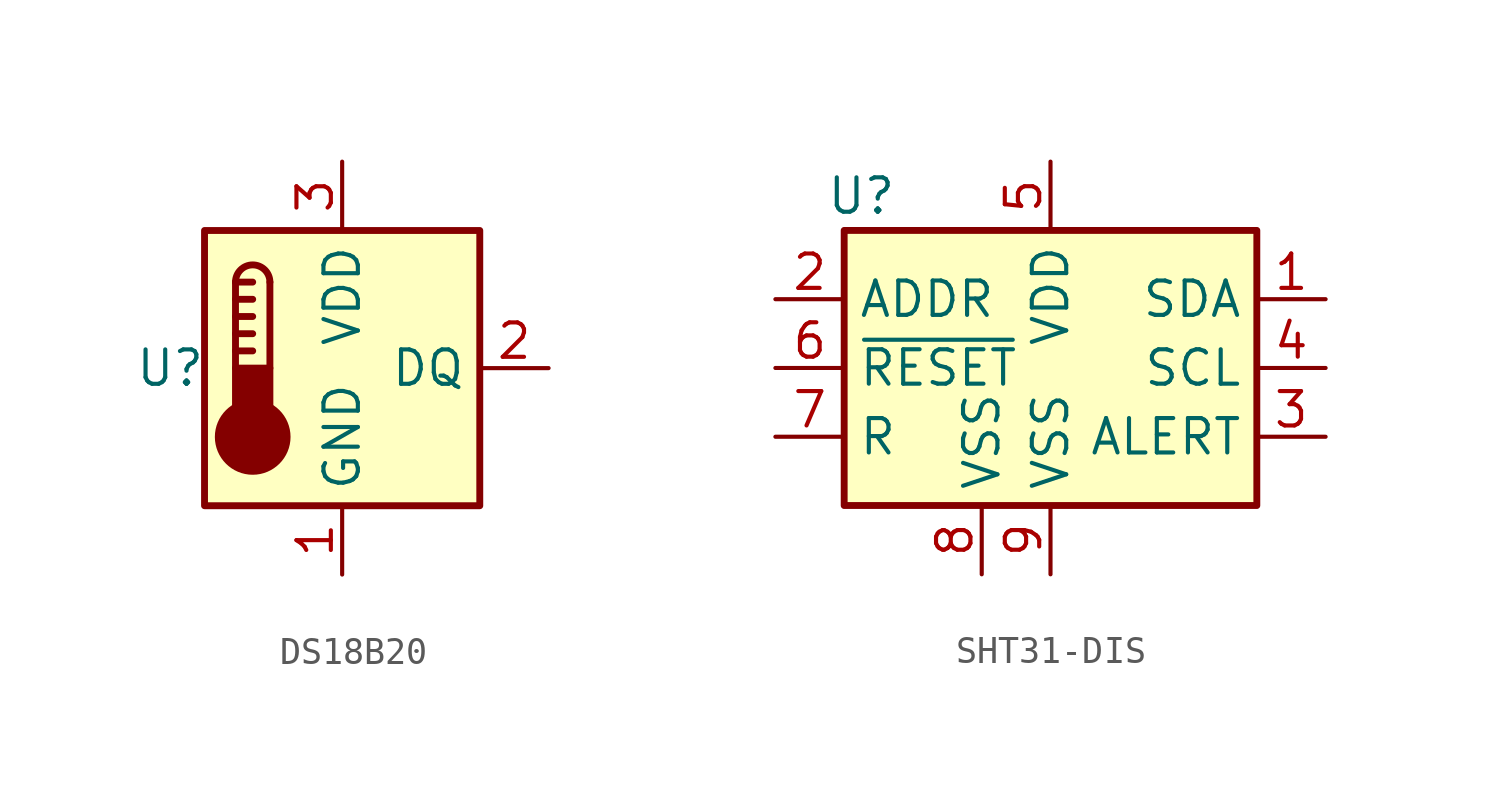
<source format=kicad_sym>
(kicad_symbol_lib
  (version 20220914)
  (generator kicad_symbol_editor)
  (symbol "DS18B20"
    (property "Reference" "U"
      (at -6.35 0 0)
      (effects (font (size 1.27 1.27))))
    (property "Value" ""
      (at 0 0 0)
      (effects (font (size 1.27 1.27))))
    (symbol "DS18B20_0_1"
      (rectangle (start -5.08 5.08) (end 5.08 -5.08) (stroke (width 0.254) (type default)) (fill (type background)))
      (circle (center -3.302 -2.54) (radius 1.27) (stroke (width 0.254) (type default)) (fill (type outline)))
      (rectangle (start -2.667 -1.905) (end -3.937 0) (stroke (width 0.254) (type default)) (fill (type outline)))
      (arc (start -2.667 3.175) (mid -3.302 3.8073) (end -3.937 3.175) (stroke (width 0.254) (type default)) (fill (type none)))
      (polyline (pts (xy -3.937 0.635) (xy -3.302 0.635)) (stroke (width 0.254) (type default)) (fill (type none)))
      (polyline (pts (xy -3.937 1.27) (xy -3.302 1.27)) (stroke (width 0.254) (type default)) (fill (type none)))
      (polyline (pts (xy -3.937 1.905) (xy -3.302 1.905)) (stroke (width 0.254) (type default)) (fill (type none)))
      (polyline (pts (xy -3.937 2.54) (xy -3.302 2.54)) (stroke (width 0.254) (type default)) (fill (type none)))
      (polyline (pts (xy -3.937 3.175) (xy -3.937 0)) (stroke (width 0.254) (type default)) (fill (type none)))
      (polyline (pts (xy -3.937 3.175) (xy -3.302 3.175)) (stroke (width 0.254) (type default)) (fill (type none)))
      (polyline (pts (xy -2.667 3.175) (xy -2.667 0)) (stroke (width 0.254) (type default)) (fill (type none))))
    (symbol "DS18B20_1_1"
      (pin power_in line (at 0 -7.62 90) (length 2.54) (name "GND" (effects (font (size 1.27 1.27)))) (number "1" (effects (font (size 1.27 1.27)))))
      (pin bidirectional line (at 7.62 0 180) (length 2.54) (name "DQ" (effects (font (size 1.27 1.27)))) (number "2" (effects (font (size 1.27 1.27)))))
      (pin power_in line (at 0 7.62 270) (length 2.54) (name "VDD" (effects (font (size 1.27 1.27)))) (number "3" (effects (font (size 1.27 1.27)))))))
  (symbol "SHT31-DIS"
    (property "Reference" "U"
      (at 0 0 0)
      (effects (font (size 1.27 1.27))))
    (property "Value" ""
      (at 0 0 0)
      (effects (font (size 1.27 1.27))))
    (symbol "SHT31-DIS_0_1"
      (rectangle (start -0.635 -1.27) (end 14.605 -11.43) (stroke (width 0.254) (type default)) (fill (type background))))
    (symbol "SHT31-DIS_1_1"
      (pin bidirectional line (at 17.145 -3.81 180) (length 2.54) (name "SDA" (effects (font (size 1.27 1.27)))) (number "1" (effects (font (size 1.27 1.27)))))
      (pin input line (at -3.175 -3.81 0) (length 2.54) (name "ADDR" (effects (font (size 1.27 1.27)))) (number "2" (effects (font (size 1.27 1.27)))))
      (pin output line (at 17.145 -8.89 180) (length 2.54) (name "ALERT" (effects (font (size 1.27 1.27)))) (number "3" (effects (font (size 1.27 1.27)))))
      (pin input line (at 17.145 -6.35 180) (length 2.54) (name "SCL" (effects (font (size 1.27 1.27)))) (number "4" (effects (font (size 1.27 1.27)))))
      (pin power_in line (at 6.985 1.27 270) (length 2.54) (name "VDD" (effects (font (size 1.27 1.27)))) (number "5" (effects (font (size 1.27 1.27)))))
      (pin input line (at -3.175 -6.35 0) (length 2.54) (name "~{RESET}" (effects (font (size 1.27 1.27)))) (number "6" (effects (font (size 1.27 1.27)))))
      (pin passive line (at -3.175 -8.89 0) (length 2.54) (name "R" (effects (font (size 1.27 1.27)))) (number "7" (effects (font (size 1.27 1.27)))))
      (pin power_in line (at 4.445 -13.97 90) (length 2.54) (name "VSS" (effects (font (size 1.27 1.27)))) (number "8" (effects (font (size 1.27 1.27)))))
      (pin power_in line (at 6.985 -13.97 90) (length 2.54) (name "VSS" (effects (font (size 1.27 1.27)))) (number "9" (effects (font (size 1.27 1.27))))))))
</source>
